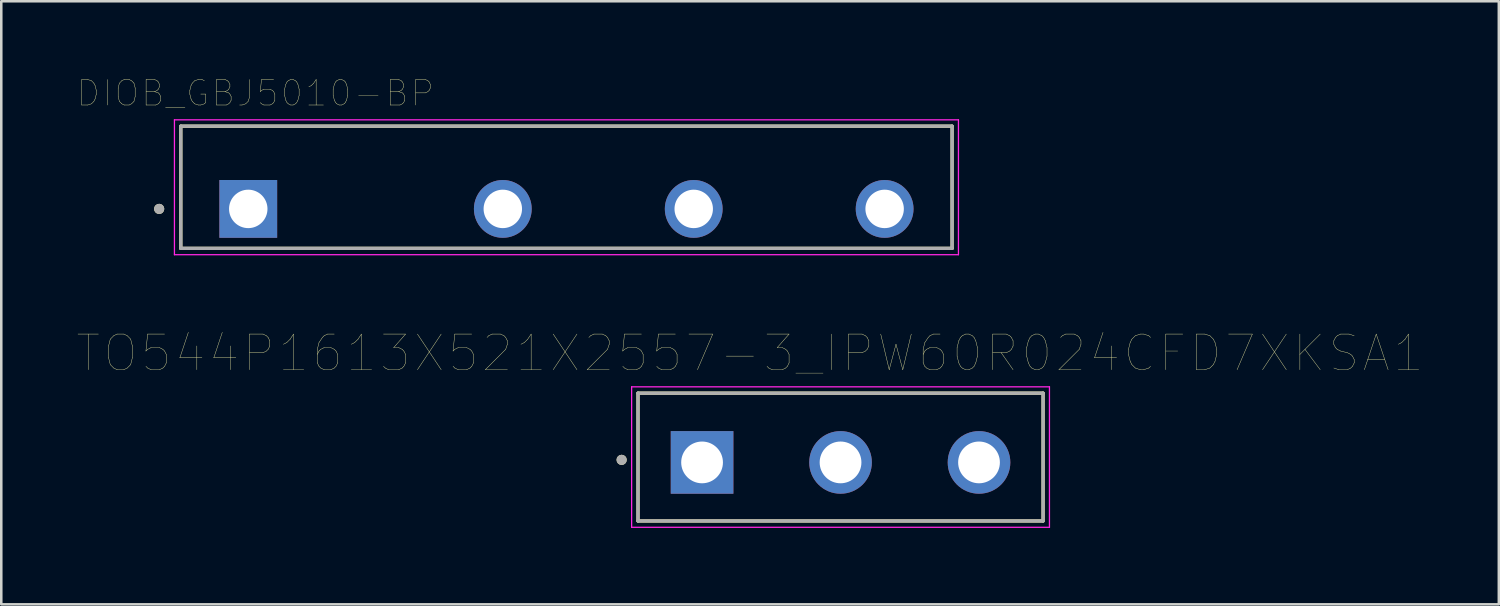
<source format=kicad_pcb>
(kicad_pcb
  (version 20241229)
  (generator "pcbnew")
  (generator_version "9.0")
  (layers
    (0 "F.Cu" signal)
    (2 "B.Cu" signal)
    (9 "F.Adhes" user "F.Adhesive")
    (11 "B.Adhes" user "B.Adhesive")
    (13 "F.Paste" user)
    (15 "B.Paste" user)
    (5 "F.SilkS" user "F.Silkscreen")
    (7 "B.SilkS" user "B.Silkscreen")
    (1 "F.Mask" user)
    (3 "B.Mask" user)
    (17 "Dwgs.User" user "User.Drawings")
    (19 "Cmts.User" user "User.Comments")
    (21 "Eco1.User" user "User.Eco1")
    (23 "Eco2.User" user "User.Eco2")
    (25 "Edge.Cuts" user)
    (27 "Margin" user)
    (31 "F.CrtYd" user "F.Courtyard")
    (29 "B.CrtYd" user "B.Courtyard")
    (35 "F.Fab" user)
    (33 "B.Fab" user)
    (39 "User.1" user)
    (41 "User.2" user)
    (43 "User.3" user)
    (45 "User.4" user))
  (footprint "TO544P1613X521X2557-3_IPW60R024CFD7XKSA1"
    (layer "F.Cu")
    (at 29.971 15.116)
    (property "Reference" "TO544P1613X521X2557-3_IPW60R024CFD7XKSA1" (at -3.555 -4.289 0) (layer "F.SilkS") (effects (font (size 1.4 1.4) (thickness 0.015))))
    (attr through_hole)
    (fp_line (start -7.957 -2.72) (end 7.957 -2.72) (stroke (width 0.127) (type solid)) (layer "F.SilkS"))
    (fp_line (start -7.957 2.3) (end -7.957 -2.72) (stroke (width 0.127) (type solid)) (layer "F.SilkS"))
    (fp_line (start 7.957 -2.72) (end 7.957 2.3) (stroke (width 0.127) (type solid)) (layer "F.SilkS"))
    (fp_line (start 7.957 2.3) (end -7.957 2.3) (stroke (width 0.127) (type solid)) (layer "F.SilkS"))
    (fp_circle (center -8.6 -0.1) (end -8.5 -0.1) (stroke (width 0.2) (type solid)) (fill no) (layer "F.SilkS"))
    (fp_line (start -8.207 -2.97) (end -8.207 2.55) (stroke (width 0.05) (type solid)) (layer "F.CrtYd"))
    (fp_line (start -8.207 2.55) (end 8.207 2.55) (stroke (width 0.05) (type solid)) (layer "F.CrtYd"))
    (fp_line (start 8.207 -2.97) (end -8.207 -2.97) (stroke (width 0.05) (type solid)) (layer "F.CrtYd"))
    (fp_line (start 8.207 2.55) (end 8.207 -2.97) (stroke (width 0.05) (type solid)) (layer "F.CrtYd"))
    (fp_line (start -7.957 -2.72) (end 7.957 -2.72) (stroke (width 0.127) (type solid)) (layer "F.Fab"))
    (fp_line (start -7.957 2.3) (end -7.957 -2.72) (stroke (width 0.127) (type solid)) (layer "F.Fab"))
    (fp_line (start 7.957 -2.72) (end 7.957 2.3) (stroke (width 0.127) (type solid)) (layer "F.Fab"))
    (fp_line (start 7.957 2.3) (end -7.957 2.3) (stroke (width 0.127) (type solid)) (layer "F.Fab"))
    (fp_circle (center -8.6 -0.1) (end -8.5 -0.1) (stroke (width 0.2) (type solid)) (fill no) (layer "F.Fab"))
    (pad "1" thru_hole rect (at -5.44 0) (size 2.46 2.46) (drill 1.64) (layers "*.Cu" "*.Mask"))
    (pad "2" thru_hole circle (at 0 0) (size 2.46 2.46) (drill 1.64) (layers "*.Cu" "*.Mask"))
    (pad "3" thru_hole circle (at 5.44 0) (size 2.46 2.46) (drill 1.64) (layers "*.Cu" "*.Mask")))
  (footprint "DIOB_GBJ5010-BP"
    (layer "F.Cu")
    (at 6.703 5.157)
    (property "Reference" "DIOB_GBJ5010-BP" (at 0.281 -4.544 0) (layer "F.SilkS") (effects (font (size 1.002 1.002) (thickness 0.015))))
    (attr through_hole)
    (fp_line (start -2.65 -3.25) (end 27.65 -3.25) (stroke (width 0.127) (type solid)) (layer "F.SilkS"))
    (fp_line (start -2.65 1.55) (end -2.65 -3.25) (stroke (width 0.127) (type solid)) (layer "F.SilkS"))
    (fp_line (start 27.65 -3.25) (end 27.65 1.55) (stroke (width 0.127) (type solid)) (layer "F.SilkS"))
    (fp_line (start 27.65 1.55) (end -2.65 1.55) (stroke (width 0.127) (type solid)) (layer "F.SilkS"))
    (fp_circle (center -3.5 0) (end -3.4 0) (stroke (width 0.2) (type solid)) (fill no) (layer "F.SilkS"))
    (fp_line (start -2.9 -3.5) (end -2.9 1.8) (stroke (width 0.05) (type solid)) (layer "F.CrtYd"))
    (fp_line (start -2.9 1.8) (end 27.9 1.8) (stroke (width 0.05) (type solid)) (layer "F.CrtYd"))
    (fp_line (start 27.9 -3.5) (end -2.9 -3.5) (stroke (width 0.05) (type solid)) (layer "F.CrtYd"))
    (fp_line (start 27.9 1.8) (end 27.9 -3.5) (stroke (width 0.05) (type solid)) (layer "F.CrtYd"))
    (fp_line (start -2.65 -3.25) (end 27.65 -3.25) (stroke (width 0.127) (type solid)) (layer "F.Fab"))
    (fp_line (start -2.65 1.55) (end -2.65 -3.25) (stroke (width 0.127) (type solid)) (layer "F.Fab"))
    (fp_line (start 27.65 -3.25) (end 27.65 1.55) (stroke (width 0.127) (type solid)) (layer "F.Fab"))
    (fp_line (start 27.65 1.55) (end -2.65 1.55) (stroke (width 0.127) (type solid)) (layer "F.Fab"))
    (fp_circle (center -3.5 0) (end -3.4 0) (stroke (width 0.2) (type solid)) (fill no) (layer "F.Fab"))
    (pad "1" thru_hole rect (at 0 0) (size 2.27 2.27) (drill 1.51) (layers "*.Cu" "*.Mask"))
    (pad "2" thru_hole circle (at 10 0) (size 2.27 2.27) (drill 1.51) (layers "*.Cu" "*.Mask"))
    (pad "3" thru_hole circle (at 17.5 0) (size 2.27 2.27) (drill 1.51) (layers "*.Cu" "*.Mask"))
    (pad "4" thru_hole circle (at 25 0) (size 2.27 2.27) (drill 1.51) (layers "*.Cu" "*.Mask")))
  (gr_rect
    (start -3 -3)
    (end 55.832 20.691)
    (stroke (width 0.1) (type default))
    (fill no)
    (layer "Edge.Cuts")))
</source>
